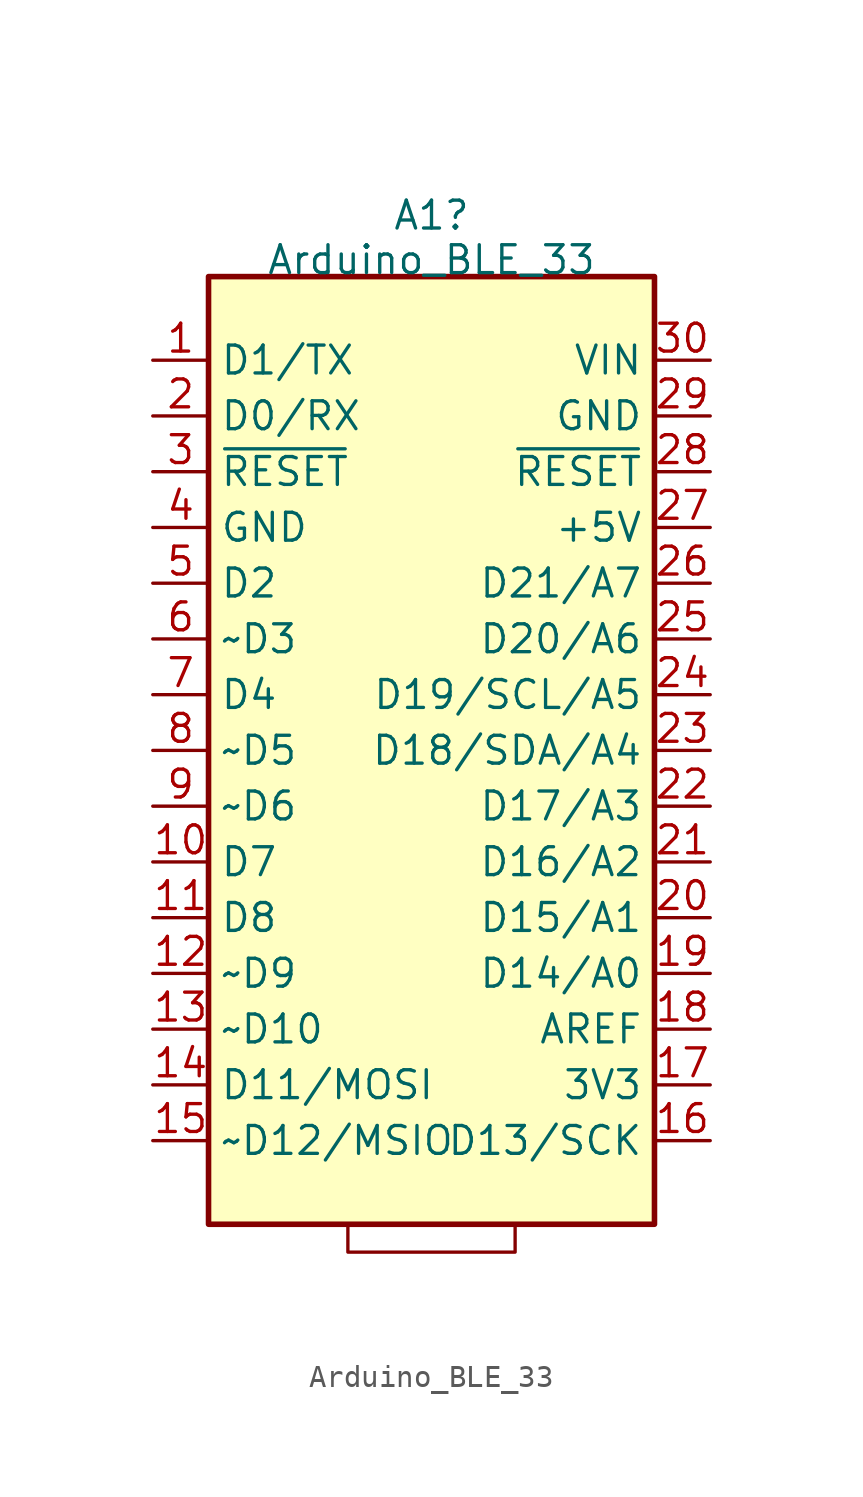
<source format=kicad_sym>
(kicad_symbol_lib
  (version 20231120)
  (generator "kicad_symbol_editor")
  (generator_version "8.0")
  (symbol "Arduino_BLE_33"
    (property "Reference" "A1"
      (at 0 25.654 0)
      (effects (font (size 1.27 1.27))))
    (property "Value" "Arduino_BLE_33"
      (at 0 23.622 0)
      (effects (font (size 1.27 1.27))))
    (symbol "Arduino_BLE_33_0_1"
      (rectangle (start -10.16 22.86) (end 10.16 -20.32) (stroke (width 0.254) (type default)) (fill (type background)))
      (rectangle (start -3.81 -20.32) (end 3.81 -21.59) (stroke (width 0) (type default)) (fill (type none))))
    (symbol "Arduino_BLE_33_1_1"
      (pin bidirectional line (at -12.7 19.05 0) (length 2.54) (name "D1/TX" (effects (font (size 1.27 1.27)))) (number "1" (effects (font (size 1.27 1.27)))))
      (pin bidirectional line (at -12.7 -3.81 0) (length 2.54) (name "D7" (effects (font (size 1.27 1.27)))) (number "10" (effects (font (size 1.27 1.27)))))
      (pin bidirectional line (at -12.7 -6.35 0) (length 2.54) (name "D8" (effects (font (size 1.27 1.27)))) (number "11" (effects (font (size 1.27 1.27)))))
      (pin bidirectional line (at -12.7 -8.89 0) (length 2.54) (name "~D9" (effects (font (size 1.27 1.27)))) (number "12" (effects (font (size 1.27 1.27)))))
      (pin bidirectional line (at -12.7 -11.43 0) (length 2.54) (name "~D10" (effects (font (size 1.27 1.27)))) (number "13" (effects (font (size 1.27 1.27)))))
      (pin bidirectional line (at -12.7 -13.97 0) (length 2.54) (name "D11/MOSI" (effects (font (size 1.27 1.27)))) (number "14" (effects (font (size 1.27 1.27)))))
      (pin bidirectional line (at -12.7 -16.51 0) (length 2.54) (name "~D12/MSIO" (effects (font (size 1.27 1.27)))) (number "15" (effects (font (size 1.27 1.27)))))
      (pin bidirectional line (at 12.7 -16.51 180) (length 2.54) (name "D13/SCK" (effects (font (size 1.27 1.27)))) (number "16" (effects (font (size 1.27 1.27)))))
      (pin power_out line (at 12.7 -13.97 180) (length 2.54) (name "3V3" (effects (font (size 1.27 1.27)))) (number "17" (effects (font (size 1.27 1.27)))))
      (pin input line (at 12.7 -11.43 180) (length 2.54) (name "AREF" (effects (font (size 1.27 1.27)))) (number "18" (effects (font (size 1.27 1.27)))))
      (pin bidirectional line (at 12.7 -8.89 180) (length 2.54) (name "D14/A0" (effects (font (size 1.27 1.27)))) (number "19" (effects (font (size 1.27 1.27)))))
      (pin bidirectional line (at -12.7 16.51 0) (length 2.54) (name "D0/RX" (effects (font (size 1.27 1.27)))) (number "2" (effects (font (size 1.27 1.27)))))
      (pin bidirectional line (at 12.7 -6.35 180) (length 2.54) (name "D15/A1" (effects (font (size 1.27 1.27)))) (number "20" (effects (font (size 1.27 1.27)))))
      (pin bidirectional line (at 12.7 -3.81 180) (length 2.54) (name "D16/A2" (effects (font (size 1.27 1.27)))) (number "21" (effects (font (size 1.27 1.27)))))
      (pin bidirectional line (at 12.7 -1.27 180) (length 2.54) (name "D17/A3" (effects (font (size 1.27 1.27)))) (number "22" (effects (font (size 1.27 1.27)))))
      (pin bidirectional line (at 12.7 1.27 180) (length 2.54) (name "D18/SDA/A4" (effects (font (size 1.27 1.27)))) (number "23" (effects (font (size 1.27 1.27)))))
      (pin bidirectional line (at 12.7 3.81 180) (length 2.54) (name "D19/SCL/A5" (effects (font (size 1.27 1.27)))) (number "24" (effects (font (size 1.27 1.27)))))
      (pin bidirectional line (at 12.7 6.35 180) (length 2.54) (name "D20/A6" (effects (font (size 1.27 1.27)))) (number "25" (effects (font (size 1.27 1.27)))))
      (pin bidirectional line (at 12.7 8.89 180) (length 2.54) (name "D21/A7" (effects (font (size 1.27 1.27)))) (number "26" (effects (font (size 1.27 1.27)))))
      (pin power_out line (at 12.7 11.43 180) (length 2.54) (name "+5V" (effects (font (size 1.27 1.27)))) (number "27" (effects (font (size 1.27 1.27)))))
      (pin input line (at 12.7 13.97 180) (length 2.54) (name "~{RESET}" (effects (font (size 1.27 1.27)))) (number "28" (effects (font (size 1.27 1.27)))))
      (pin power_in line (at 12.7 16.51 180) (length 2.54) (name "GND" (effects (font (size 1.27 1.27)))) (number "29" (effects (font (size 1.27 1.27)))))
      (pin input line (at -12.7 13.97 0) (length 2.54) (name "~{RESET}" (effects (font (size 1.27 1.27)))) (number "3" (effects (font (size 1.27 1.27)))))
      (pin power_in line (at 12.7 19.05 180) (length 2.54) (name "VIN" (effects (font (size 1.27 1.27)))) (number "30" (effects (font (size 1.27 1.27)))))
      (pin power_in line (at -12.7 11.43 0) (length 2.54) (name "GND" (effects (font (size 1.27 1.27)))) (number "4" (effects (font (size 1.27 1.27)))))
      (pin bidirectional line (at -12.7 8.89 0) (length 2.54) (name "D2" (effects (font (size 1.27 1.27)))) (number "5" (effects (font (size 1.27 1.27)))))
      (pin bidirectional line (at -12.7 6.35 0) (length 2.54) (name "~D3" (effects (font (size 1.27 1.27)))) (number "6" (effects (font (size 1.27 1.27)))))
      (pin bidirectional line (at -12.7 3.81 0) (length 2.54) (name "D4" (effects (font (size 1.27 1.27)))) (number "7" (effects (font (size 1.27 1.27)))))
      (pin bidirectional line (at -12.7 1.27 0) (length 2.54) (name "~D5" (effects (font (size 1.27 1.27)))) (number "8" (effects (font (size 1.27 1.27)))))
      (pin bidirectional line (at -12.7 -1.27 0) (length 2.54) (name "~D6" (effects (font (size 1.27 1.27)))) (number "9" (effects (font (size 1.27 1.27))))))))
</source>
